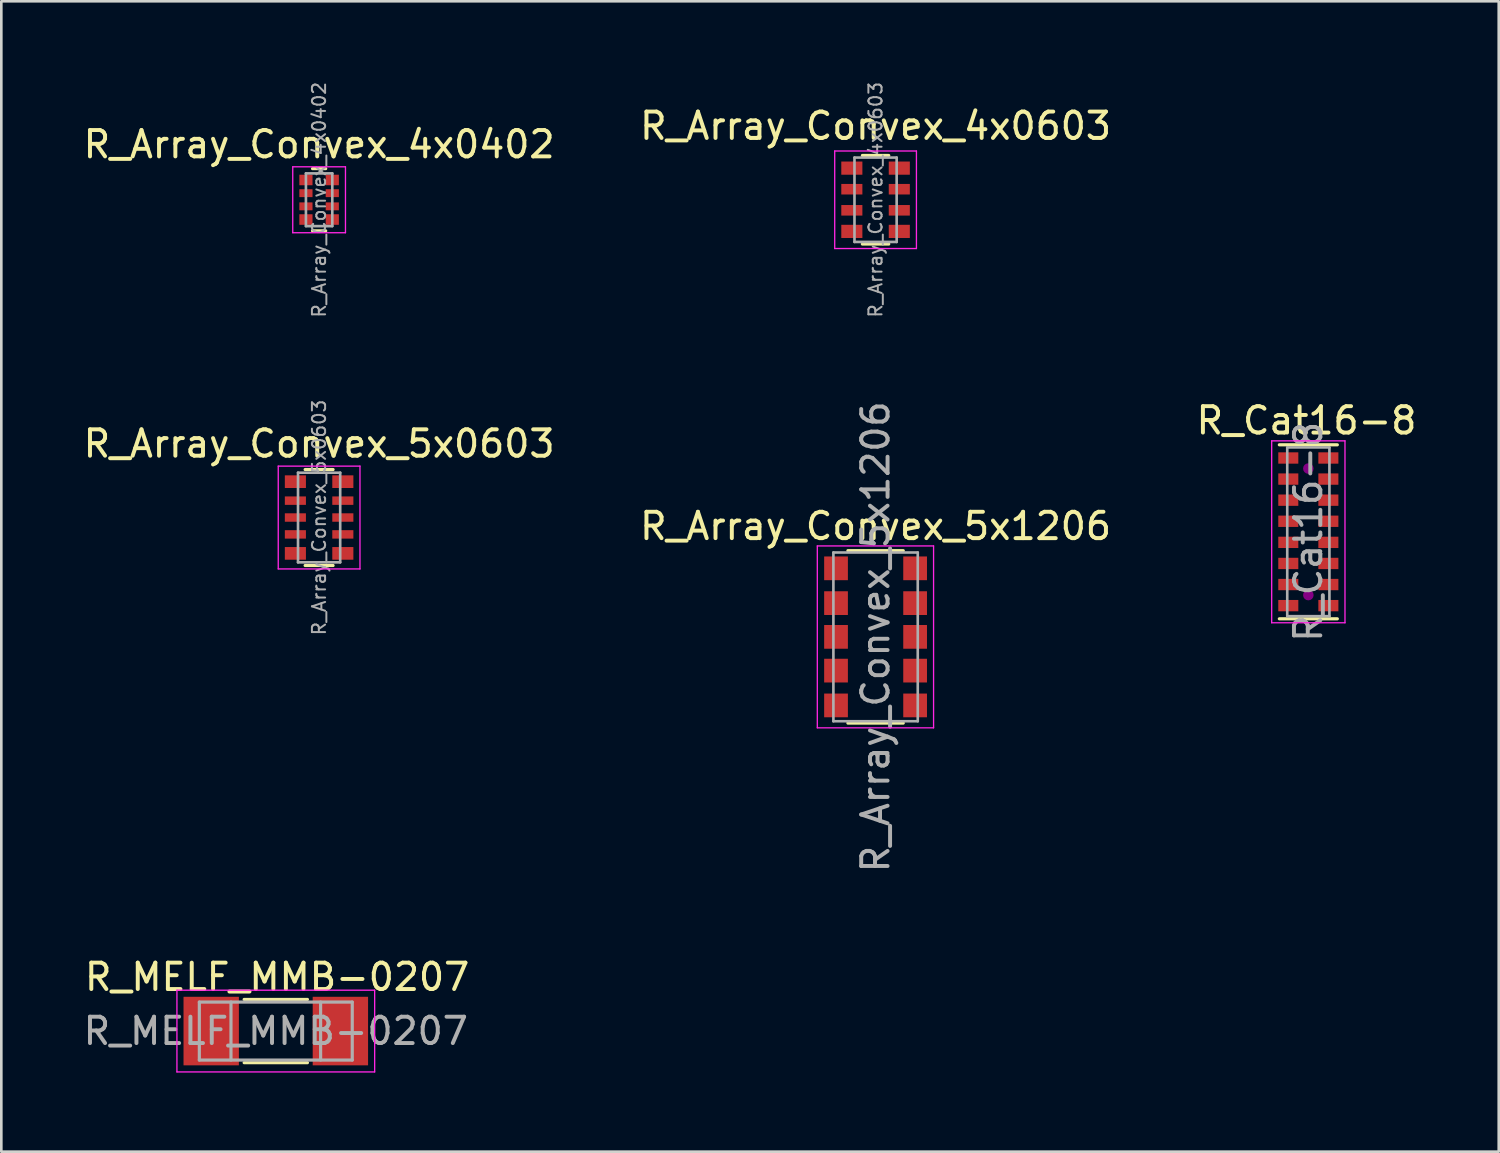
<source format=kicad_pcb>
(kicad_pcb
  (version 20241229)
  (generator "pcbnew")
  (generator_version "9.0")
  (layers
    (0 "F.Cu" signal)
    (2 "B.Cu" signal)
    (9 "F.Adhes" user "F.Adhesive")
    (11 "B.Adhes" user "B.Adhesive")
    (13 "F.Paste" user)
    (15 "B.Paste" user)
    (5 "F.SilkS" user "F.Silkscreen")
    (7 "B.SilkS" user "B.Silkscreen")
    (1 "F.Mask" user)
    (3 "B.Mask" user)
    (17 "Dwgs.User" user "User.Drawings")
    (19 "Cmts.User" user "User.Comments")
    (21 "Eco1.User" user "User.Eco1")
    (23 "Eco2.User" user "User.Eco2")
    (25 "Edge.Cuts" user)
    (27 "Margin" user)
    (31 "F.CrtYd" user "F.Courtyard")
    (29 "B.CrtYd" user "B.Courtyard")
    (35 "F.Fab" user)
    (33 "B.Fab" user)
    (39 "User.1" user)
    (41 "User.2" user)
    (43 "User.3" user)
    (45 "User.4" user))
  (footprint "R_MELF_MMB-0207"
    (layer "F.Cu")
    (at 7.411 36.059)
    (property "Reference" "R_MELF_MMB-0207" (at 0.05 -2.05 0) (layer "F.SilkS") (effects (font (size 1 1) (thickness 0.15))))
    (attr smd)
    (fp_line (start 1.2 -1.2) (end -1.2 -1.2) (stroke (width 0.12) (type solid)) (layer "F.SilkS"))
    (fp_line (start 1.2 1.2) (end -1.2 1.2) (stroke (width 0.12) (type solid)) (layer "F.SilkS"))
    (fp_line (start -3.75 -1.55) (end -3.75 1.55) (stroke (width 0.05) (type solid)) (layer "F.CrtYd"))
    (fp_line (start -3.75 -1.55) (end 3.75 -1.55) (stroke (width 0.05) (type solid)) (layer "F.CrtYd"))
    (fp_line (start 3.75 1.55) (end -3.75 1.55) (stroke (width 0.05) (type solid)) (layer "F.CrtYd"))
    (fp_line (start 3.75 1.55) (end 3.75 -1.55) (stroke (width 0.05) (type solid)) (layer "F.CrtYd"))
    (fp_line (start -2.9 -1.1) (end -2.9 1.1) (stroke (width 0.12) (type solid)) (layer "F.Fab"))
    (fp_line (start -2.9 1.1) (end 2.9 1.1) (stroke (width 0.12) (type solid)) (layer "F.Fab"))
    (fp_line (start -1.7 -1.1) (end -1.7 1.1) (stroke (width 0.12) (type solid)) (layer "F.Fab"))
    (fp_line (start 1.7 -1.1) (end 1.7 1.1) (stroke (width 0.12) (type solid)) (layer "F.Fab"))
    (fp_line (start 2.9 -1.1) (end -2.9 -1.1) (stroke (width 0.12) (type solid)) (layer "F.Fab"))
    (fp_line (start 2.9 1.1) (end 2.9 -1.1) (stroke (width 0.12) (type solid)) (layer "F.Fab"))
    (fp_text user "${REFERENCE}" (at 0 0 0) (layer "F.Fab") (effects (font (size 1 1) (thickness 0.15))))
    (pad "1" smd rect (at -2.45 0) (size 2.1 2.6) (layers "F.Cu" "F.Mask" "F.Paste"))
    (pad "2" smd rect (at 2.45 0) (size 2.1 2.6) (layers "F.Cu" "F.Mask" "F.Paste")))
  (footprint "R_Array_Convex_4x0603"
    (layer "F.Cu")
    (at 30.161 4.527)
    (property "Reference" "R_Array_Convex_4x0603" (at 0 -2.8 0) (layer "F.SilkS") (effects (font (size 1 1) (thickness 0.15))))
    (attr smd)
    (fp_line (start 0.5 -1.68) (end -0.5 -1.68) (stroke (width 0.12) (type solid)) (layer "F.SilkS"))
    (fp_line (start 0.5 1.68) (end -0.5 1.68) (stroke (width 0.12) (type solid)) (layer "F.SilkS"))
    (fp_line (start -1.55 -1.85) (end -1.55 1.85) (stroke (width 0.05) (type solid)) (layer "F.CrtYd"))
    (fp_line (start -1.55 -1.85) (end 1.55 -1.85) (stroke (width 0.05) (type solid)) (layer "F.CrtYd"))
    (fp_line (start 1.55 1.85) (end -1.55 1.85) (stroke (width 0.05) (type solid)) (layer "F.CrtYd"))
    (fp_line (start 1.55 1.85) (end 1.55 -1.85) (stroke (width 0.05) (type solid)) (layer "F.CrtYd"))
    (fp_line (start -0.8 -1.6) (end 0.8 -1.6) (stroke (width 0.1) (type solid)) (layer "F.Fab"))
    (fp_line (start -0.8 1.6) (end -0.8 -1.6) (stroke (width 0.1) (type solid)) (layer "F.Fab"))
    (fp_line (start 0.8 -1.6) (end 0.8 1.6) (stroke (width 0.1) (type solid)) (layer "F.Fab"))
    (fp_line (start 0.8 1.6) (end -0.8 1.6) (stroke (width 0.1) (type solid)) (layer "F.Fab"))
    (fp_text user "${REFERENCE}" (at 0 0 90) (layer "F.Fab") (effects (font (size 0.5 0.5) (thickness 0.075))))
    (pad "1" smd rect (at -0.9 -1.2) (size 0.8 0.5) (layers "F.Cu" "F.Mask" "F.Paste"))
    (pad "2" smd rect (at -0.9 -0.4) (size 0.8 0.4) (layers "F.Cu" "F.Mask" "F.Paste"))
    (pad "3" smd rect (at -0.9 0.4) (size 0.8 0.4) (layers "F.Cu" "F.Mask" "F.Paste"))
    (pad "4" smd rect (at -0.9 1.2) (size 0.8 0.5) (layers "F.Cu" "F.Mask" "F.Paste"))
    (pad "5" smd rect (at 0.9 1.2) (size 0.8 0.5) (layers "F.Cu" "F.Mask" "F.Paste"))
    (pad "6" smd rect (at 0.9 0.4) (size 0.8 0.4) (layers "F.Cu" "F.Mask" "F.Paste"))
    (pad "7" smd rect (at 0.9 -0.4) (size 0.8 0.4) (layers "F.Cu" "F.Mask" "F.Paste"))
    (pad "8" smd rect (at 0.9 -1.2) (size 0.8 0.5) (layers "F.Cu" "F.Mask" "F.Paste")))
  (footprint "R_Array_Convex_4x0402"
    (layer "F.Cu")
    (at 9.054 4.527)
    (property "Reference" "R_Array_Convex_4x0402" (at 0 -2.1 0) (layer "F.SilkS") (effects (font (size 1 1) (thickness 0.15))))
    (attr smd)
    (fp_line (start 0.25 -1.18) (end -0.25 -1.18) (stroke (width 0.12) (type solid)) (layer "F.SilkS"))
    (fp_line (start 0.25 1.18) (end -0.25 1.18) (stroke (width 0.12) (type solid)) (layer "F.SilkS"))
    (fp_line (start -1 -1.25) (end -1 1.25) (stroke (width 0.05) (type solid)) (layer "F.CrtYd"))
    (fp_line (start -1 -1.25) (end 1 -1.25) (stroke (width 0.05) (type solid)) (layer "F.CrtYd"))
    (fp_line (start 1 1.25) (end -1 1.25) (stroke (width 0.05) (type solid)) (layer "F.CrtYd"))
    (fp_line (start 1 1.25) (end 1 -1.25) (stroke (width 0.05) (type solid)) (layer "F.CrtYd"))
    (fp_line (start -0.5 -1) (end 0.5 -1) (stroke (width 0.1) (type solid)) (layer "F.Fab"))
    (fp_line (start -0.5 1) (end -0.5 -1) (stroke (width 0.1) (type solid)) (layer "F.Fab"))
    (fp_line (start 0.5 -1) (end 0.5 1) (stroke (width 0.1) (type solid)) (layer "F.Fab"))
    (fp_line (start 0.5 1) (end -0.5 1) (stroke (width 0.1) (type solid)) (layer "F.Fab"))
    (fp_text user "${REFERENCE}" (at 0 0 90) (layer "F.Fab") (effects (font (size 0.5 0.5) (thickness 0.075))))
    (pad "1" smd rect (at -0.5 -0.75) (size 0.5 0.4) (layers "F.Cu" "F.Mask" "F.Paste"))
    (pad "2" smd rect (at -0.5 -0.25) (size 0.5 0.3) (layers "F.Cu" "F.Mask" "F.Paste"))
    (pad "3" smd rect (at -0.5 0.25) (size 0.5 0.3) (layers "F.Cu" "F.Mask" "F.Paste"))
    (pad "4" smd rect (at -0.5 0.75) (size 0.5 0.4) (layers "F.Cu" "F.Mask" "F.Paste"))
    (pad "5" smd rect (at 0.5 0.75) (size 0.5 0.4) (layers "F.Cu" "F.Mask" "F.Paste"))
    (pad "6" smd rect (at 0.5 0.25) (size 0.5 0.3) (layers "F.Cu" "F.Mask" "F.Paste"))
    (pad "7" smd rect (at 0.5 -0.25) (size 0.5 0.3) (layers "F.Cu" "F.Mask" "F.Paste"))
    (pad "8" smd rect (at 0.5 -0.75) (size 0.5 0.4) (layers "F.Cu" "F.Mask" "F.Paste")))
  (footprint "R_Cat16-8"
    (layer "F.Cu")
    (at 46.576 17.122)
    (property "Reference" "R_Cat16-8" (at -0.07 -4.22 0) (layer "F.SilkS") (effects (font (size 1 1) (thickness 0.15))))
    (attr smd)
    (fp_line (start 1.1 -3.3) (end -1.1 -3.3) (stroke (width 0.12) (type solid)) (layer "F.SilkS"))
    (fp_line (start 1.1 3.3) (end -1.1 3.3) (stroke (width 0.12) (type solid)) (layer "F.SilkS"))
    (fp_circle (center 0 -2.4) (end -0.1 -2.4) (stroke (width 0.2) (type solid)) (fill no) (layer "F.Adhes"))
    (fp_circle (center 0 2.4) (end -0.1 2.4) (stroke (width 0.2) (type solid)) (fill no) (layer "F.Adhes"))
    (fp_line (start -1.39 -3.45) (end -1.39 3.45) (stroke (width 0.05) (type solid)) (layer "F.CrtYd"))
    (fp_line (start -1.39 -3.45) (end 1.39 -3.45) (stroke (width 0.05) (type solid)) (layer "F.CrtYd"))
    (fp_line (start 1.39 3.45) (end -1.39 3.45) (stroke (width 0.05) (type solid)) (layer "F.CrtYd"))
    (fp_line (start 1.39 3.45) (end 1.39 -3.45) (stroke (width 0.05) (type solid)) (layer "F.CrtYd"))
    (fp_line (start -0.8 -3.2) (end 0.8 -3.2) (stroke (width 0.1) (type solid)) (layer "F.Fab"))
    (fp_line (start -0.8 3.2) (end -0.8 -3.2) (stroke (width 0.1) (type solid)) (layer "F.Fab"))
    (fp_line (start 0.8 -3.2) (end 0.8 3.2) (stroke (width 0.1) (type solid)) (layer "F.Fab"))
    (fp_line (start 0.8 3.2) (end -0.8 3.2) (stroke (width 0.1) (type solid)) (layer "F.Fab"))
    (fp_text user "${REFERENCE}" (at 0 0 90) (layer "F.Fab") (effects (font (size 1 1) (thickness 0.15))))
    (pad "1" smd rect (at -0.76 -2.8 180) (size 0.76 0.43) (layers "F.Cu" "F.Mask" "F.Paste"))
    (pad "2" smd rect (at -0.76 -2 180) (size 0.76 0.43) (layers "F.Cu" "F.Mask" "F.Paste"))
    (pad "3" smd rect (at -0.76 -1.2 180) (size 0.76 0.43) (layers "F.Cu" "F.Mask" "F.Paste"))
    (pad "4" smd rect (at -0.76 -0.4 180) (size 0.76 0.43) (layers "F.Cu" "F.Mask" "F.Paste"))
    (pad "5" smd rect (at -0.76 0.4 180) (size 0.76 0.43) (layers "F.Cu" "F.Mask" "F.Paste"))
    (pad "6" smd rect (at -0.76 1.2 180) (size 0.76 0.43) (layers "F.Cu" "F.Mask" "F.Paste"))
    (pad "7" smd rect (at -0.76 2 180) (size 0.76 0.43) (layers "F.Cu" "F.Mask" "F.Paste"))
    (pad "8" smd rect (at -0.76 2.8 180) (size 0.76 0.43) (layers "F.Cu" "F.Mask" "F.Paste"))
    (pad "9" smd rect (at 0.76 2.8 180) (size 0.76 0.43) (layers "F.Cu" "F.Mask" "F.Paste"))
    (pad "10" smd rect (at 0.76 2 180) (size 0.76 0.43) (layers "F.Cu" "F.Mask" "F.Paste"))
    (pad "11" smd rect (at 0.76 1.2 180) (size 0.76 0.43) (layers "F.Cu" "F.Mask" "F.Paste"))
    (pad "12" smd rect (at 0.76 0.4 180) (size 0.76 0.43) (layers "F.Cu" "F.Mask" "F.Paste"))
    (pad "13" smd rect (at 0.76 -0.4 180) (size 0.76 0.43) (layers "F.Cu" "F.Mask" "F.Paste"))
    (pad "14" smd rect (at 0.76 -1.2 180) (size 0.76 0.43) (layers "F.Cu" "F.Mask" "F.Paste"))
    (pad "15" smd rect (at 0.76 -2 180) (size 0.76 0.43) (layers "F.Cu" "F.Mask" "F.Paste"))
    (pad "16" smd rect (at 0.76 -2.8 180) (size 0.76 0.43) (layers "F.Cu" "F.Mask" "F.Paste")))
  (footprint "R_Array_Convex_5x0603"
    (layer "F.Cu")
    (at 9.054 16.58)
    (property "Reference" "R_Array_Convex_5x0603" (at 0 -2.8 0) (layer "F.SilkS") (effects (font (size 1 1) (thickness 0.15))))
    (attr smd)
    (fp_line (start 0.53 -1.82) (end -0.53 -1.82) (stroke (width 0.12) (type solid)) (layer "F.SilkS"))
    (fp_line (start 0.53 1.82) (end -0.53 1.82) (stroke (width 0.12) (type solid)) (layer "F.SilkS"))
    (fp_line (start -1.55 -1.95) (end -1.55 1.95) (stroke (width 0.05) (type solid)) (layer "F.CrtYd"))
    (fp_line (start -1.55 -1.95) (end 1.55 -1.95) (stroke (width 0.05) (type solid)) (layer "F.CrtYd"))
    (fp_line (start 1.55 1.95) (end -1.55 1.95) (stroke (width 0.05) (type solid)) (layer "F.CrtYd"))
    (fp_line (start 1.55 1.95) (end 1.55 -1.95) (stroke (width 0.05) (type solid)) (layer "F.CrtYd"))
    (fp_line (start -0.8 -1.7) (end -0.8 1.7) (stroke (width 0.1) (type solid)) (layer "F.Fab"))
    (fp_line (start -0.8 1.7) (end 0.8 1.7) (stroke (width 0.1) (type solid)) (layer "F.Fab"))
    (fp_line (start 0.8 -1.7) (end -0.8 -1.7) (stroke (width 0.1) (type solid)) (layer "F.Fab"))
    (fp_line (start 0.8 1.7) (end 0.8 -1.7) (stroke (width 0.1) (type solid)) (layer "F.Fab"))
    (fp_text user "${REFERENCE}" (at 0 0 90) (layer "F.Fab") (effects (font (size 0.5 0.5) (thickness 0.075))))
    (pad "1" smd rect (at -0.9 -1.36) (size 0.8 0.48) (layers "F.Cu" "F.Mask" "F.Paste"))
    (pad "2" smd rect (at -0.9 -0.64) (size 0.8 0.32) (layers "F.Cu" "F.Mask" "F.Paste"))
    (pad "3" smd rect (at -0.9 0) (size 0.8 0.32) (layers "F.Cu" "F.Mask" "F.Paste"))
    (pad "4" smd rect (at -0.9 0.64) (size 0.8 0.32) (layers "F.Cu" "F.Mask" "F.Paste"))
    (pad "5" smd rect (at -0.9 1.36) (size 0.8 0.48) (layers "F.Cu" "F.Mask" "F.Paste"))
    (pad "6" smd rect (at 0.9 1.36) (size 0.8 0.48) (layers "F.Cu" "F.Mask" "F.Paste"))
    (pad "7" smd rect (at 0.9 0.64) (size 0.8 0.32) (layers "F.Cu" "F.Mask" "F.Paste"))
    (pad "8" smd rect (at 0.9 0) (size 0.8 0.32) (layers "F.Cu" "F.Mask" "F.Paste"))
    (pad "9" smd rect (at 0.9 -0.64) (size 0.8 0.32) (layers "F.Cu" "F.Mask" "F.Paste"))
    (pad "10" smd rect (at 0.9 -1.36) (size 0.8 0.48) (layers "F.Cu" "F.Mask" "F.Paste")))
  (footprint "R_Array_Convex_5x1206"
    (layer "F.Cu")
    (at 30.161 21.107)
    (property "Reference" "R_Array_Convex_5x1206" (at 0 -4.2 0) (layer "F.SilkS") (effects (font (size 1 1) (thickness 0.15))))
    (attr smd)
    (fp_line (start 1.05 -3.27) (end -1.05 -3.27) (stroke (width 0.12) (type solid)) (layer "F.SilkS"))
    (fp_line (start 1.05 3.27) (end -1.05 3.27) (stroke (width 0.12) (type solid)) (layer "F.SilkS"))
    (fp_line (start -2.21 -3.45) (end -2.21 3.45) (stroke (width 0.05) (type solid)) (layer "F.CrtYd"))
    (fp_line (start -2.21 -3.45) (end 2.2 -3.45) (stroke (width 0.05) (type solid)) (layer "F.CrtYd"))
    (fp_line (start 2.2 3.45) (end -2.21 3.45) (stroke (width 0.05) (type solid)) (layer "F.CrtYd"))
    (fp_line (start 2.2 3.45) (end 2.2 -3.45) (stroke (width 0.05) (type solid)) (layer "F.CrtYd"))
    (fp_line (start -1.6 -3.2) (end 1.6 -3.2) (stroke (width 0.1) (type solid)) (layer "F.Fab"))
    (fp_line (start -1.6 3.2) (end -1.6 -3.2) (stroke (width 0.1) (type solid)) (layer "F.Fab"))
    (fp_line (start 1.6 -3.2) (end 1.6 3.2) (stroke (width 0.1) (type solid)) (layer "F.Fab"))
    (fp_line (start 1.6 3.2) (end -1.6 3.2) (stroke (width 0.1) (type solid)) (layer "F.Fab"))
    (fp_text user "${REFERENCE}" (at 0 0 90) (layer "F.Fab") (effects (font (size 1 1) (thickness 0.15))))
    (pad "1" smd rect (at -1.5 -2.6) (size 0.9 0.9) (layers "F.Cu" "F.Mask" "F.Paste"))
    (pad "2" smd rect (at -1.5 -1.28) (size 0.9 0.9) (layers "F.Cu" "F.Mask" "F.Paste"))
    (pad "3" smd rect (at -1.5 0) (size 0.9 0.9) (layers "F.Cu" "F.Mask" "F.Paste"))
    (pad "4" smd rect (at -1.5 1.28) (size 0.9 0.9) (layers "F.Cu" "F.Mask" "F.Paste"))
    (pad "5" smd rect (at -1.5 2.6) (size 0.9 0.9) (layers "F.Cu" "F.Mask" "F.Paste"))
    (pad "6" smd rect (at 1.5 2.6) (size 0.9 0.9) (layers "F.Cu" "F.Mask" "F.Paste"))
    (pad "7" smd rect (at 1.5 1.28) (size 0.9 0.9) (layers "F.Cu" "F.Mask" "F.Paste"))
    (pad "8" smd rect (at 1.5 0) (size 0.9 0.9) (layers "F.Cu" "F.Mask" "F.Paste"))
    (pad "9" smd rect (at 1.5 -1.28) (size 0.9 0.9) (layers "F.Cu" "F.Mask" "F.Paste"))
    (pad "10" smd rect (at 1.5 -2.6) (size 0.9 0.9) (layers "F.Cu" "F.Mask" "F.Paste")))
  (gr_rect
    (start -3 -3)
    (end 53.798 40.634)
    (stroke (width 0.1) (type default))
    (fill no)
    (layer "Edge.Cuts")))
</source>
